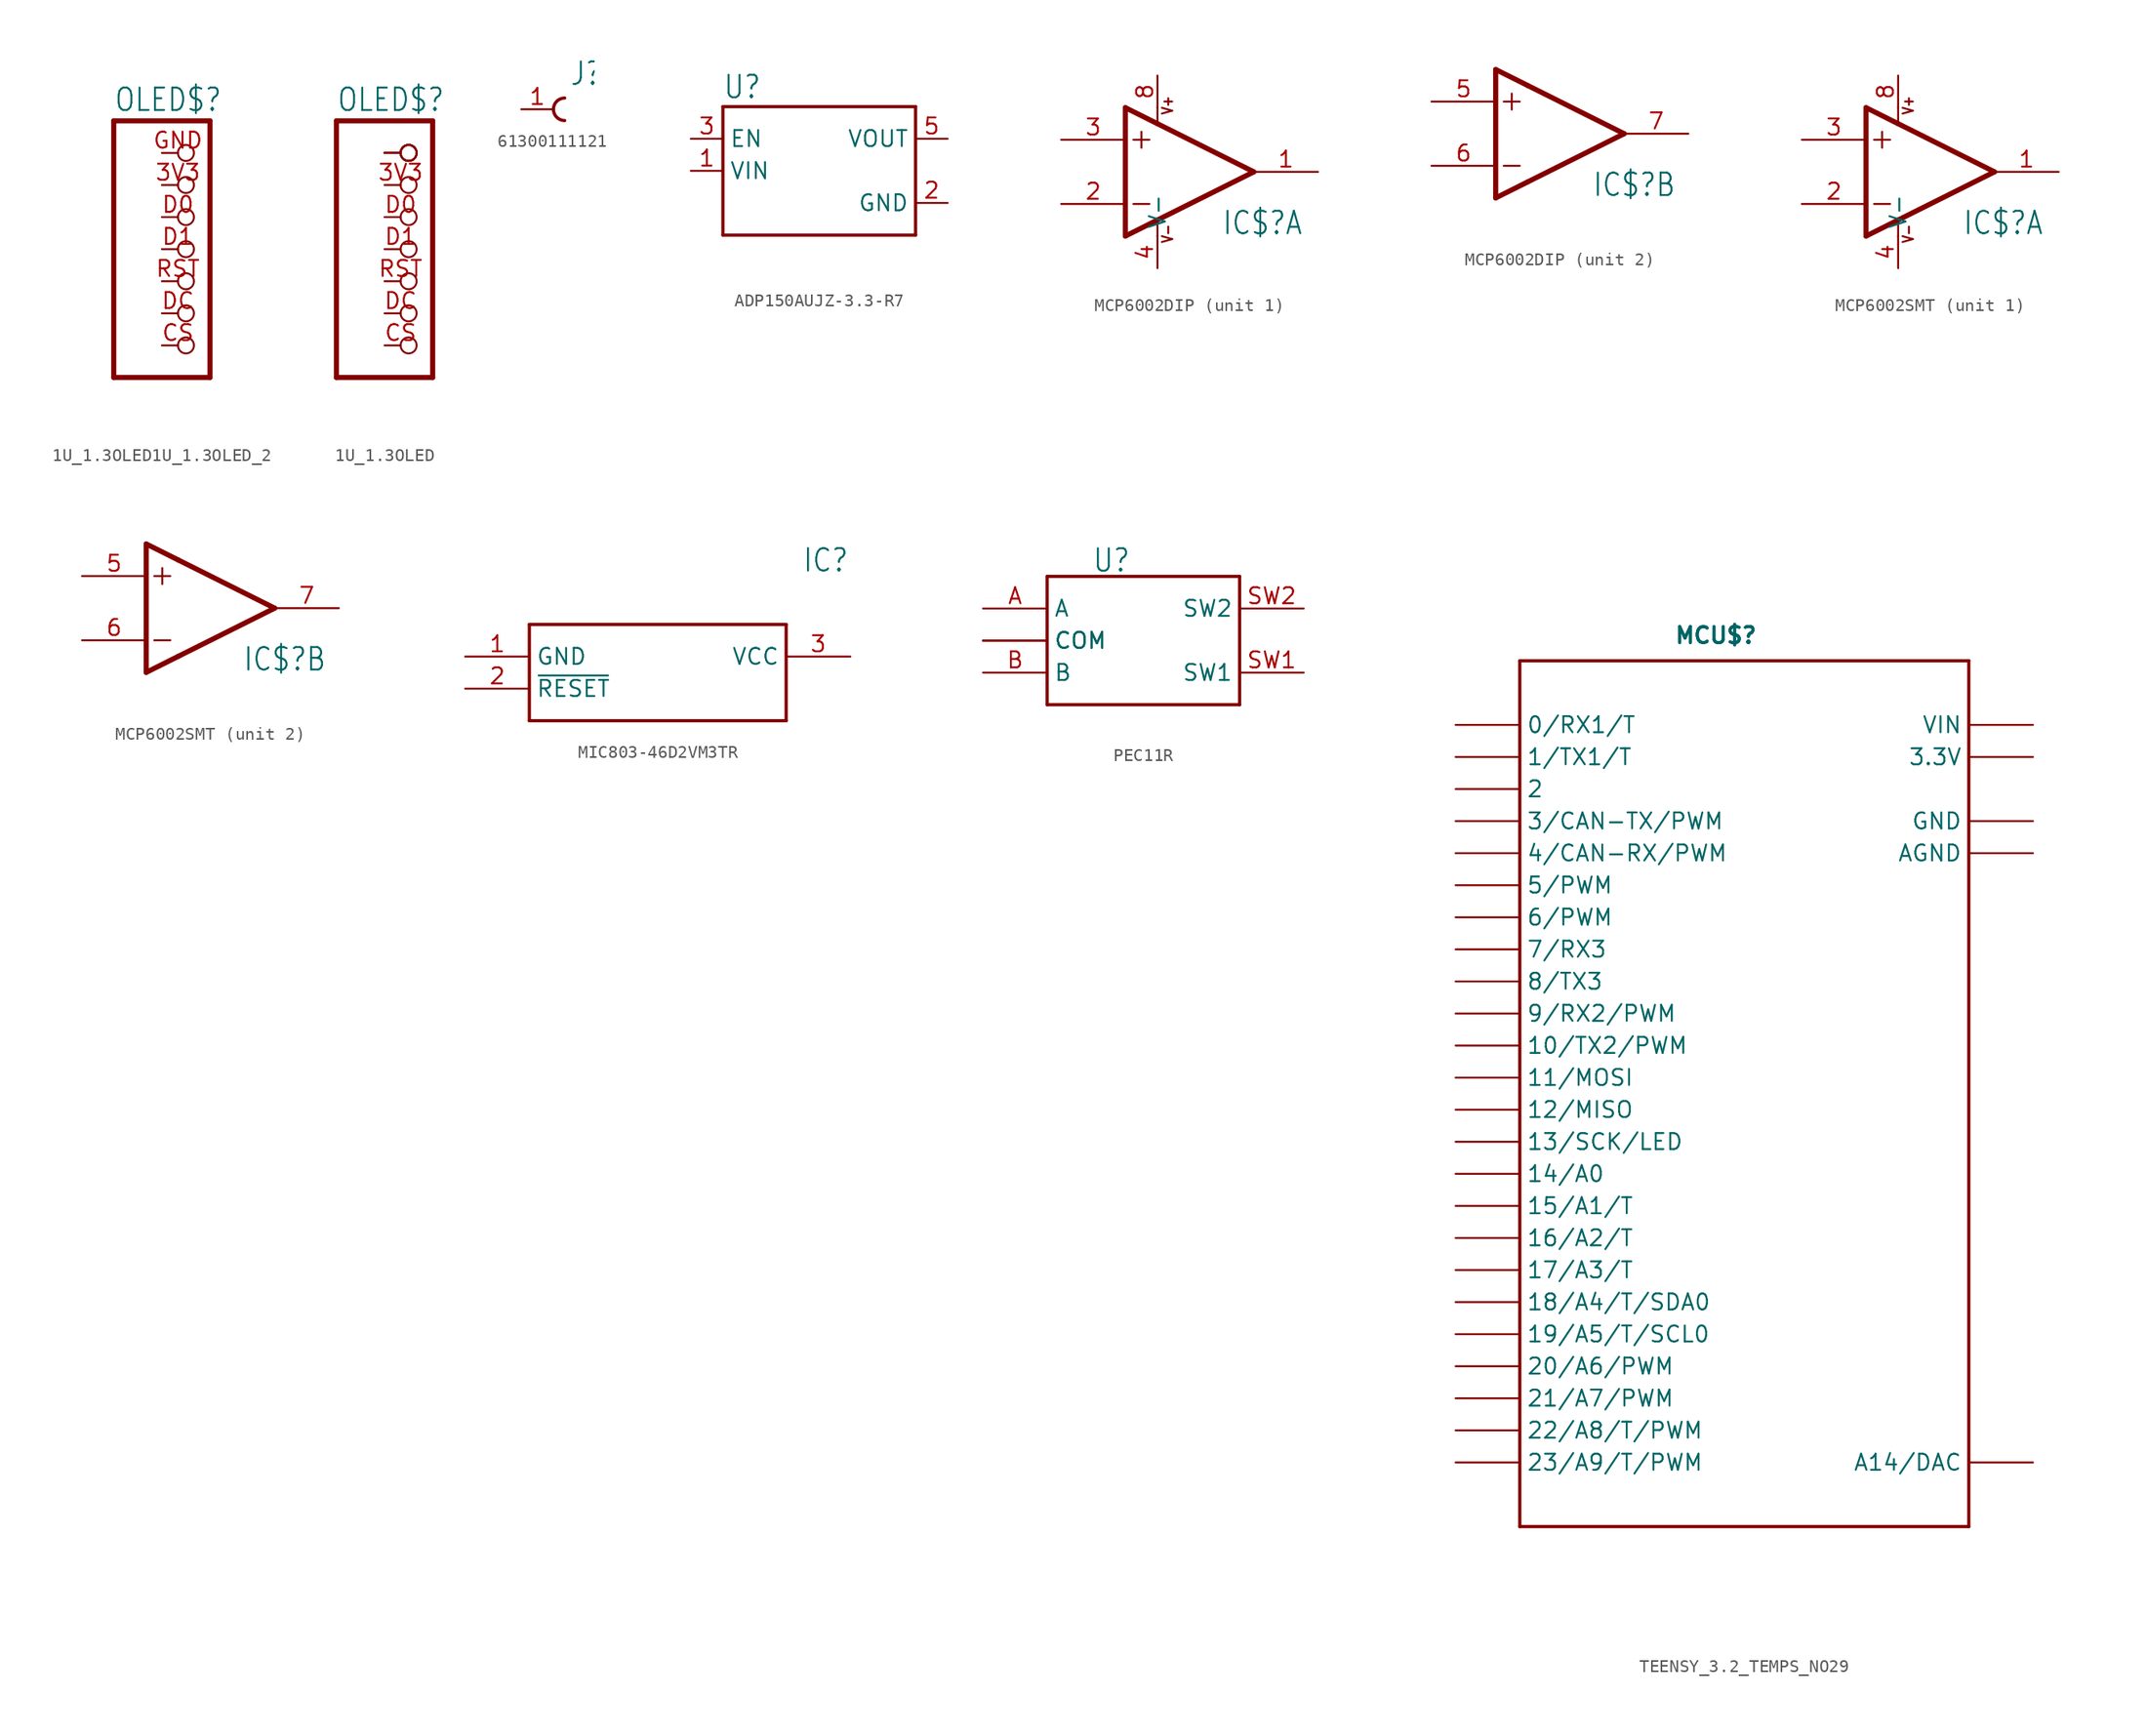
<source format=kicad_sym>
(kicad_symbol_lib
  (version 20231120)
  (generator "kicad_symbol_editor")
  (generator_version "8.0")
  (symbol "1U_1.3OLED1U_1.3OLED_2"
    (property "Reference" "OLED$"
      (at -3.81 10.795 0)
      (effects (font (size 1.778 1.511)) (justify left bottom)))
    (property "Value" ""
      (at -3.81 -12.7 0)
      (effects (font (size 1.778 1.511)) (justify left bottom)))
    (property "ki_locked" ""
      (at 0 0 0)
      (effects (font (size 1.27 1.27))))
    (symbol "1U_1.3OLED1U_1.3OLED_2_1_0"
      (polyline (pts (xy -3.81 -10.16) (xy 3.81 -10.16)) (stroke (width 0.406) (type solid)) (fill (type none)))
      (polyline (pts (xy -3.81 10.16) (xy -3.81 -10.16)) (stroke (width 0.406) (type solid)) (fill (type none)))
      (polyline (pts (xy 3.81 -10.16) (xy 3.81 10.16)) (stroke (width 0.406) (type solid)) (fill (type none)))
      (polyline (pts (xy 3.81 10.16) (xy -3.81 10.16)) (stroke (width 0.406) (type solid)) (fill (type none)))
      (pin passive inverted (at 0 5.08 0) (length 2.54) (name "3V3" (effects (font (size 0 0)))) (number "3V3" (effects (font (size 1.27 1.27)))))
      (pin passive inverted (at 0 -7.62 0) (length 2.54) (name "CS" (effects (font (size 0 0)))) (number "CS" (effects (font (size 1.27 1.27)))))
      (pin passive inverted (at 0 2.54 0) (length 2.54) (name "D0" (effects (font (size 0 0)))) (number "D0" (effects (font (size 1.27 1.27)))))
      (pin passive inverted (at 0 0 0) (length 2.54) (name "D1" (effects (font (size 0 0)))) (number "D1" (effects (font (size 1.27 1.27)))))
      (pin passive inverted (at 0 -5.08 0) (length 2.54) (name "DC" (effects (font (size 0 0)))) (number "DC" (effects (font (size 1.27 1.27)))))
      (pin passive inverted (at 0 7.62 0) (length 2.54) (name "GND" (effects (font (size 0 0)))) (number "GND" (effects (font (size 1.27 1.27)))))
      (pin passive inverted (at 0 -2.54 0) (length 2.54) (name "RST" (effects (font (size 0 0)))) (number "RST" (effects (font (size 1.27 1.27)))))))
  (symbol "1U_1.3OLED"
    (property "Reference" "OLED$"
      (at -3.81 10.795 0)
      (effects (font (size 1.778 1.511)) (justify left bottom)))
    (property "Value" ""
      (at -3.81 -12.7 0)
      (effects (font (size 1.778 1.511)) (justify left bottom)))
    (property "ki_locked" ""
      (at 0 0 0)
      (effects (font (size 1.27 1.27))))
    (symbol "1U_1.3OLED_1_0"
      (polyline (pts (xy -3.81 -10.16) (xy 3.81 -10.16)) (stroke (width 0.406) (type solid)) (fill (type none)))
      (polyline (pts (xy -3.81 10.16) (xy -3.81 -10.16)) (stroke (width 0.406) (type solid)) (fill (type none)))
      (polyline (pts (xy 3.81 -10.16) (xy 3.81 10.16)) (stroke (width 0.406) (type solid)) (fill (type none)))
      (polyline (pts (xy 3.81 10.16) (xy -3.81 10.16)) (stroke (width 0.406) (type solid)) (fill (type none)))
      (pin passive inverted (at 0 5.08 0) (length 2.54) (name "3V3" (effects (font (size 0 0)))) (number "3V3" (effects (font (size 1.27 1.27)))))
      (pin passive inverted (at 0 -7.62 0) (length 2.54) (name "CS" (effects (font (size 0 0)))) (number "CS" (effects (font (size 1.27 1.27)))))
      (pin passive inverted (at 0 2.54 0) (length 2.54) (name "D0" (effects (font (size 0 0)))) (number "D0" (effects (font (size 1.27 1.27)))))
      (pin passive inverted (at 0 0 0) (length 2.54) (name "D1" (effects (font (size 0 0)))) (number "D1" (effects (font (size 1.27 1.27)))))
      (pin passive inverted (at 0 -5.08 0) (length 2.54) (name "DC" (effects (font (size 0 0)))) (number "DC" (effects (font (size 1.27 1.27)))))
      (pin passive inverted (at 0 7.62 0) (length 2.54) (name "GND" (effects (font (size 0 0)))) (number "GND" (effects (font (size 0 0)))))
      (pin passive inverted (at 0 7.62 0) (length 2.54) (name "GND" (effects (font (size 0 0)))) (number "P$1" (effects (font (size 0 0)))))
      (pin passive inverted (at 0 7.62 0) (length 2.54) (name "GND" (effects (font (size 0 0)))) (number "P$2" (effects (font (size 0 0)))))
      (pin passive inverted (at 0 7.62 0) (length 2.54) (name "GND" (effects (font (size 0 0)))) (number "P$3" (effects (font (size 0 0)))))
      (pin passive inverted (at 0 7.62 0) (length 2.54) (name "GND" (effects (font (size 0 0)))) (number "P$4" (effects (font (size 0 0)))))
      (pin passive inverted (at 0 -2.54 0) (length 2.54) (name "RST" (effects (font (size 0 0)))) (number "RST" (effects (font (size 1.27 1.27)))))))
  (symbol "61300111121"
    (property "Reference" "J"
      (at 1.27 1.778 0)
      (effects (font (size 1.778 1.511)) (justify left bottom)))
    (property "Value" ""
      (at 1.54 -0.46 0)
      (effects (font (size 1.778 1.511)) (justify left bottom)))
    (property "ki_locked" ""
      (at 0 0 0)
      (effects (font (size 1.27 1.27))))
    (symbol "61300111121_1_0"
      (arc (start 0.889 0.889) (mid 0 0) (end 0.889 -0.889) (stroke (width 0.254) (type solid)) (fill (type none)))
      (pin passive line (at -2.54 0 0) (length 2.54) (name "1" (effects (font (size 0 0)))) (number "1" (effects (font (size 1.27 1.27)))))))
  (symbol "ADP150AUJZ-3.3-R7"
    (property "Reference" "U"
      (at -7.633 5.598 0)
      (effects (font (size 1.781 1.514)) (justify left bottom)))
    (property "Value" ""
      (at -7.631 -7.631 0)
      (effects (font (size 1.78 1.513)) (justify left bottom)))
    (property "ki_locked" ""
      (at 0 0 0)
      (effects (font (size 1.27 1.27))))
    (symbol "ADP150AUJZ-3.3-R7_1_0"
      (polyline (pts (xy -7.62 -5.08) (xy 7.62 -5.08)) (stroke (width 0.254) (type solid)) (fill (type none)))
      (polyline (pts (xy -7.62 5.08) (xy -7.62 -5.08)) (stroke (width 0.254) (type solid)) (fill (type none)))
      (polyline (pts (xy 7.62 -5.08) (xy 7.62 5.08)) (stroke (width 0.254) (type solid)) (fill (type none)))
      (polyline (pts (xy 7.62 5.08) (xy -7.62 5.08)) (stroke (width 0.254) (type solid)) (fill (type none)))
      (pin input line (at -10.16 0 0) (length 2.54) (name "VIN" (effects (font (size 1.27 1.27)))) (number "1" (effects (font (size 1.27 1.27)))))
      (pin power_in line (at 10.16 -2.54 180) (length 2.54) (name "GND" (effects (font (size 1.27 1.27)))) (number "2" (effects (font (size 1.27 1.27)))))
      (pin input line (at -10.16 2.54 0) (length 2.54) (name "EN" (effects (font (size 1.27 1.27)))) (number "3" (effects (font (size 1.27 1.27)))))
      (pin output line (at 10.16 2.54 180) (length 2.54) (name "VOUT" (effects (font (size 1.27 1.27)))) (number "5" (effects (font (size 1.27 1.27)))))))
  (symbol "MCP6002DIP"
    (property "Reference" "IC$"
      (at 5.08 -5.08 0)
      (effects (font (size 1.778 1.511)) (justify left bottom)))
    (property "Value" ""
      (at 5.08 -7.62 0)
      (effects (font (size 1.778 1.511)) (justify left bottom)))
    (property "ki_locked" ""
      (at 0 0 0)
      (effects (font (size 1.27 1.27))))
    (symbol "MCP6002DIP_1_0"
      (polyline (pts (xy -2.54 -5.08) (xy 0 -3.81)) (stroke (width 0.406) (type solid)) (fill (type none)))
      (polyline (pts (xy -2.54 5.08) (xy -2.54 -5.08)) (stroke (width 0.406) (type solid)) (fill (type none)))
      (polyline (pts (xy -1.905 -2.54) (xy -0.635 -2.54)) (stroke (width 0.152) (type solid)) (fill (type none)))
      (polyline (pts (xy -1.905 2.54) (xy -0.635 2.54)) (stroke (width 0.152) (type solid)) (fill (type none)))
      (polyline (pts (xy -1.27 3.175) (xy -1.27 1.905)) (stroke (width 0.152) (type solid)) (fill (type none)))
      (polyline (pts (xy 0 -3.81) (xy 0 -5.08)) (stroke (width 0.152) (type solid)) (fill (type none)))
      (polyline (pts (xy 0 -3.81) (xy 7.62 0)) (stroke (width 0.406) (type solid)) (fill (type none)))
      (polyline (pts (xy 0 3.81) (xy -2.54 5.08)) (stroke (width 0.406) (type solid)) (fill (type none)))
      (polyline (pts (xy 0 3.81) (xy 0 5.08)) (stroke (width 0.152) (type solid)) (fill (type none)))
      (polyline (pts (xy 7.62 0) (xy 0 3.81)) (stroke (width 0.406) (type solid)) (fill (type none)))
      (text "V+" (at 1.27 4.445 900) (effects (font (size 0.813 0.691)) (justify left bottom)))
      (text "V-" (at 1.27 -5.715 900) (effects (font (size 0.813 0.691)) (justify left bottom)))
      (pin output line (at 12.7 0 180) (length 5.08) (name "OUT" (effects (font (size 0 0)))) (number "1" (effects (font (size 1.27 1.27)))))
      (pin input line (at -7.62 -2.54 0) (length 5.08) (name "-IN" (effects (font (size 0 0)))) (number "2" (effects (font (size 1.27 1.27)))))
      (pin input line (at -7.62 2.54 0) (length 5.08) (name "+IN" (effects (font (size 0 0)))) (number "3" (effects (font (size 1.27 1.27)))))
      (pin power_in line (at 0 -7.62 90) (length 2.54) (name "V-" (effects (font (size 1.27 1.27)))) (number "4" (effects (font (size 1.27 1.27)))))
      (pin power_in line (at 0 7.62 270) (length 2.54) (name "V+" (effects (font (size 0 0)))) (number "8" (effects (font (size 1.27 1.27))))))
    (symbol "MCP6002DIP_2_0"
      (polyline (pts (xy -2.54 -5.08) (xy 0 -3.81)) (stroke (width 0.406) (type solid)) (fill (type none)))
      (polyline (pts (xy -2.54 5.08) (xy -2.54 -5.08)) (stroke (width 0.406) (type solid)) (fill (type none)))
      (polyline (pts (xy -1.905 -2.54) (xy -0.635 -2.54)) (stroke (width 0.152) (type solid)) (fill (type none)))
      (polyline (pts (xy -1.905 2.54) (xy -0.635 2.54)) (stroke (width 0.152) (type solid)) (fill (type none)))
      (polyline (pts (xy -1.27 3.175) (xy -1.27 1.905)) (stroke (width 0.152) (type solid)) (fill (type none)))
      (polyline (pts (xy 0 -3.81) (xy 7.62 0)) (stroke (width 0.406) (type solid)) (fill (type none)))
      (polyline (pts (xy 0 3.81) (xy -2.54 5.08)) (stroke (width 0.406) (type solid)) (fill (type none)))
      (polyline (pts (xy 7.62 0) (xy 0 3.81)) (stroke (width 0.406) (type solid)) (fill (type none)))
      (pin input line (at -7.62 2.54 0) (length 5.08) (name "+IN" (effects (font (size 0 0)))) (number "5" (effects (font (size 1.27 1.27)))))
      (pin input line (at -7.62 -2.54 0) (length 5.08) (name "-IN" (effects (font (size 0 0)))) (number "6" (effects (font (size 1.27 1.27)))))
      (pin output line (at 12.7 0 180) (length 5.08) (name "OUT" (effects (font (size 0 0)))) (number "7" (effects (font (size 1.27 1.27)))))))
  (symbol "MCP6002SMT"
    (property "Reference" "IC$"
      (at 5.08 -5.08 0)
      (effects (font (size 1.778 1.511)) (justify left bottom)))
    (property "Value" ""
      (at 5.08 -7.62 0)
      (effects (font (size 1.778 1.511)) (justify left bottom)))
    (property "ki_locked" ""
      (at 0 0 0)
      (effects (font (size 1.27 1.27))))
    (symbol "MCP6002SMT_1_0"
      (polyline (pts (xy -2.54 -5.08) (xy 0 -3.81)) (stroke (width 0.406) (type solid)) (fill (type none)))
      (polyline (pts (xy -2.54 5.08) (xy -2.54 -5.08)) (stroke (width 0.406) (type solid)) (fill (type none)))
      (polyline (pts (xy -1.905 -2.54) (xy -0.635 -2.54)) (stroke (width 0.152) (type solid)) (fill (type none)))
      (polyline (pts (xy -1.905 2.54) (xy -0.635 2.54)) (stroke (width 0.152) (type solid)) (fill (type none)))
      (polyline (pts (xy -1.27 3.175) (xy -1.27 1.905)) (stroke (width 0.152) (type solid)) (fill (type none)))
      (polyline (pts (xy 0 -3.81) (xy 0 -5.08)) (stroke (width 0.152) (type solid)) (fill (type none)))
      (polyline (pts (xy 0 -3.81) (xy 7.62 0)) (stroke (width 0.406) (type solid)) (fill (type none)))
      (polyline (pts (xy 0 3.81) (xy -2.54 5.08)) (stroke (width 0.406) (type solid)) (fill (type none)))
      (polyline (pts (xy 0 3.81) (xy 0 5.08)) (stroke (width 0.152) (type solid)) (fill (type none)))
      (polyline (pts (xy 7.62 0) (xy 0 3.81)) (stroke (width 0.406) (type solid)) (fill (type none)))
      (text "V+" (at 1.27 4.445 900) (effects (font (size 0.813 0.691)) (justify left bottom)))
      (text "V-" (at 1.27 -5.715 900) (effects (font (size 0.813 0.691)) (justify left bottom)))
      (pin output line (at 12.7 0 180) (length 5.08) (name "OUT" (effects (font (size 0 0)))) (number "1" (effects (font (size 1.27 1.27)))))
      (pin input line (at -7.62 -2.54 0) (length 5.08) (name "-IN" (effects (font (size 0 0)))) (number "2" (effects (font (size 1.27 1.27)))))
      (pin input line (at -7.62 2.54 0) (length 5.08) (name "+IN" (effects (font (size 0 0)))) (number "3" (effects (font (size 1.27 1.27)))))
      (pin power_in line (at 0 -7.62 90) (length 2.54) (name "V-" (effects (font (size 1.27 1.27)))) (number "4" (effects (font (size 1.27 1.27)))))
      (pin power_in line (at 0 7.62 270) (length 2.54) (name "V+" (effects (font (size 0 0)))) (number "8" (effects (font (size 1.27 1.27))))))
    (symbol "MCP6002SMT_2_0"
      (polyline (pts (xy -2.54 -5.08) (xy 0 -3.81)) (stroke (width 0.406) (type solid)) (fill (type none)))
      (polyline (pts (xy -2.54 5.08) (xy -2.54 -5.08)) (stroke (width 0.406) (type solid)) (fill (type none)))
      (polyline (pts (xy -1.905 -2.54) (xy -0.635 -2.54)) (stroke (width 0.152) (type solid)) (fill (type none)))
      (polyline (pts (xy -1.905 2.54) (xy -0.635 2.54)) (stroke (width 0.152) (type solid)) (fill (type none)))
      (polyline (pts (xy -1.27 3.175) (xy -1.27 1.905)) (stroke (width 0.152) (type solid)) (fill (type none)))
      (polyline (pts (xy 0 -3.81) (xy 7.62 0)) (stroke (width 0.406) (type solid)) (fill (type none)))
      (polyline (pts (xy 0 3.81) (xy -2.54 5.08)) (stroke (width 0.406) (type solid)) (fill (type none)))
      (polyline (pts (xy 7.62 0) (xy 0 3.81)) (stroke (width 0.406) (type solid)) (fill (type none)))
      (pin input line (at -7.62 2.54 0) (length 5.08) (name "+IN" (effects (font (size 0 0)))) (number "5" (effects (font (size 1.27 1.27)))))
      (pin input line (at -7.62 -2.54 0) (length 5.08) (name "-IN" (effects (font (size 0 0)))) (number "6" (effects (font (size 1.27 1.27)))))
      (pin output line (at 12.7 0 180) (length 5.08) (name "OUT" (effects (font (size 0 0)))) (number "7" (effects (font (size 1.27 1.27)))))))
  (symbol "MIC803-46D2VM3TR"
    (property "Reference" "IC"
      (at 26.67 7.62 0)
      (effects (font (size 1.778 1.511)) (justify left)))
    (property "Value" ""
      (at 26.67 5.08 0)
      (effects (font (size 1.778 1.511)) (justify left)))
    (property "ki_locked" ""
      (at 0 0 0)
      (effects (font (size 1.27 1.27))))
    (symbol "MIC803-46D2VM3TR_1_0"
      (polyline (pts (xy 5.08 2.54) (xy 5.08 -5.08)) (stroke (width 0.254) (type solid)) (fill (type none)))
      (polyline (pts (xy 5.08 2.54) (xy 25.4 2.54)) (stroke (width 0.254) (type solid)) (fill (type none)))
      (polyline (pts (xy 25.4 -5.08) (xy 5.08 -5.08)) (stroke (width 0.254) (type solid)) (fill (type none)))
      (polyline (pts (xy 25.4 -5.08) (xy 25.4 2.54)) (stroke (width 0.254) (type solid)) (fill (type none)))
      (pin bidirectional line (at 0 0 0) (length 5.08) (name "GND" (effects (font (size 1.27 1.27)))) (number "1" (effects (font (size 1.27 1.27)))))
      (pin bidirectional line (at 0 -2.54 0) (length 5.08) (name "~{RESET}" (effects (font (size 1.27 1.27)))) (number "2" (effects (font (size 1.27 1.27)))))
      (pin bidirectional line (at 30.48 0 180) (length 5.08) (name "VCC" (effects (font (size 1.27 1.27)))) (number "3" (effects (font (size 1.27 1.27)))))))
  (symbol "PEC11R"
    (property "Reference" "U"
      (at 8.636 3.81 0)
      (effects (font (size 1.778 1.511)) (justify left)))
    (property "Value" ""
      (at 7.874 -8.89 0)
      (effects (font (size 1.778 1.511)) (justify left)))
    (property "ki_locked" ""
      (at 0 0 0)
      (effects (font (size 1.27 1.27))))
    (symbol "PEC11R_1_0"
      (polyline (pts (xy 5.08 2.54) (xy 5.08 -7.62)) (stroke (width 0.254) (type solid)) (fill (type none)))
      (polyline (pts (xy 5.08 2.54) (xy 20.32 2.54)) (stroke (width 0.254) (type solid)) (fill (type none)))
      (polyline (pts (xy 20.32 -7.62) (xy 5.08 -7.62)) (stroke (width 0.254) (type solid)) (fill (type none)))
      (polyline (pts (xy 20.32 -7.62) (xy 20.32 2.54)) (stroke (width 0.254) (type solid)) (fill (type none)))
      (pin bidirectional line (at 0 0 0) (length 5.08) (name "A" (effects (font (size 1.27 1.27)))) (number "A" (effects (font (size 1.27 1.27)))))
      (pin bidirectional line (at 0 -5.08 0) (length 5.08) (name "B" (effects (font (size 1.27 1.27)))) (number "B" (effects (font (size 1.27 1.27)))))
      (pin bidirectional line (at 0 -2.54 0) (length 5.08) (name "COM" (effects (font (size 1.27 1.27)))) (number "C" (effects (font (size 0 0)))))
      (pin bidirectional line (at 0 -2.54 0) (length 5.08) (name "COM" (effects (font (size 1.27 1.27)))) (number "SH1" (effects (font (size 0 0)))))
      (pin bidirectional line (at 0 -2.54 0) (length 5.08) (name "COM" (effects (font (size 1.27 1.27)))) (number "SH2" (effects (font (size 0 0)))))
      (pin bidirectional line (at 25.4 -5.08 180) (length 5.08) (name "SW1" (effects (font (size 1.27 1.27)))) (number "SW1" (effects (font (size 1.27 1.27)))))
      (pin bidirectional line (at 25.4 0 180) (length 5.08) (name "SW2" (effects (font (size 1.27 1.27)))) (number "SW2" (effects (font (size 1.27 1.27)))))))
  (symbol "TEENSY_3.2_TEMPS_NO29"
    (property "Reference" "MCU$"
      (at -5.588 34.29 0)
      (effects (font (size 1.27 1.27) (thickness 0.254) (bold yes)) (justify left bottom)))
    (property "Value" ""
      (at -2.794 -38.1 0)
      (effects (font (size 1.27 1.27) (thickness 0.254) (bold yes)) (justify left bottom)))
    (property "ki_locked" ""
      (at 0 0 0)
      (effects (font (size 1.27 1.27))))
    (symbol "TEENSY_3.2_TEMPS_NO29_1_0"
      (polyline (pts (xy -17.78 -35.56) (xy 17.78 -35.56)) (stroke (width 0.254) (type solid)) (fill (type none)))
      (polyline (pts (xy -17.78 33.02) (xy -17.78 -35.56)) (stroke (width 0.254) (type solid)) (fill (type none)))
      (polyline (pts (xy 17.78 -35.56) (xy 17.78 33.02)) (stroke (width 0.254) (type solid)) (fill (type none)))
      (polyline (pts (xy 17.78 33.02) (xy -17.78 33.02)) (stroke (width 0.254) (type solid)) (fill (type none)))
      (pin bidirectional line (at -22.86 27.94 0) (length 5.08) (name "0/RX1/T" (effects (font (size 1.27 1.27)))) (number "0" (effects (font (size 0 0)))))
      (pin bidirectional line (at -22.86 25.4 0) (length 5.08) (name "1/TX1/T" (effects (font (size 1.27 1.27)))) (number "1" (effects (font (size 0 0)))))
      (pin bidirectional line (at -22.86 2.54 0) (length 5.08) (name "10/TX2/PWM" (effects (font (size 1.27 1.27)))) (number "10" (effects (font (size 0 0)))))
      (pin bidirectional line (at -22.86 0 0) (length 5.08) (name "11/MOSI" (effects (font (size 1.27 1.27)))) (number "11" (effects (font (size 0 0)))))
      (pin bidirectional line (at -22.86 -2.54 0) (length 5.08) (name "12/MISO" (effects (font (size 1.27 1.27)))) (number "12" (effects (font (size 0 0)))))
      (pin bidirectional line (at -22.86 -5.08 0) (length 5.08) (name "13/SCK/LED" (effects (font (size 1.27 1.27)))) (number "13" (effects (font (size 0 0)))))
      (pin bidirectional line (at -22.86 -7.62 0) (length 5.08) (name "14/A0" (effects (font (size 1.27 1.27)))) (number "14/A0" (effects (font (size 0 0)))))
      (pin bidirectional line (at -22.86 -10.16 0) (length 5.08) (name "15/A1/T" (effects (font (size 1.27 1.27)))) (number "15/A1" (effects (font (size 0 0)))))
      (pin bidirectional line (at -22.86 -12.7 0) (length 5.08) (name "16/A2/T" (effects (font (size 1.27 1.27)))) (number "16/A2" (effects (font (size 0 0)))))
      (pin bidirectional line (at -22.86 -15.24 0) (length 5.08) (name "17/A3/T" (effects (font (size 1.27 1.27)))) (number "17/A3" (effects (font (size 0 0)))))
      (pin bidirectional line (at -22.86 -17.78 0) (length 5.08) (name "18/A4/T/SDA0" (effects (font (size 1.27 1.27)))) (number "18/A4" (effects (font (size 0 0)))))
      (pin bidirectional line (at -22.86 -20.32 0) (length 5.08) (name "19/A5/T/SCL0" (effects (font (size 1.27 1.27)))) (number "19/A5" (effects (font (size 0 0)))))
      (pin bidirectional line (at -22.86 22.86 0) (length 5.08) (name "2" (effects (font (size 1.27 1.27)))) (number "2" (effects (font (size 0 0)))))
      (pin bidirectional line (at -22.86 -22.86 0) (length 5.08) (name "20/A6/PWM" (effects (font (size 1.27 1.27)))) (number "20/A6" (effects (font (size 0 0)))))
      (pin bidirectional line (at -22.86 -25.4 0) (length 5.08) (name "21/A7/PWM" (effects (font (size 1.27 1.27)))) (number "21/A7" (effects (font (size 0 0)))))
      (pin bidirectional line (at -22.86 -27.94 0) (length 5.08) (name "22/A8/T/PWM" (effects (font (size 1.27 1.27)))) (number "22/A8" (effects (font (size 0 0)))))
      (pin bidirectional line (at -22.86 -30.48 0) (length 5.08) (name "23/A9/T/PWM" (effects (font (size 1.27 1.27)))) (number "23/A9" (effects (font (size 0 0)))))
      (pin bidirectional line (at -22.86 20.32 0) (length 5.08) (name "3/CAN-TX/PWM" (effects (font (size 1.27 1.27)))) (number "3" (effects (font (size 0 0)))))
      (pin power_in line (at 22.86 25.4 180) (length 5.08) (name "3.3V" (effects (font (size 1.27 1.27)))) (number "3.3V" (effects (font (size 0 0)))))
      (pin bidirectional line (at -22.86 17.78 0) (length 5.08) (name "4/CAN-RX/PWM" (effects (font (size 1.27 1.27)))) (number "4" (effects (font (size 0 0)))))
      (pin bidirectional line (at -22.86 15.24 0) (length 5.08) (name "5/PWM" (effects (font (size 1.27 1.27)))) (number "5" (effects (font (size 0 0)))))
      (pin bidirectional line (at -22.86 12.7 0) (length 5.08) (name "6/PWM" (effects (font (size 1.27 1.27)))) (number "6" (effects (font (size 0 0)))))
      (pin bidirectional line (at -22.86 10.16 0) (length 5.08) (name "7/RX3" (effects (font (size 1.27 1.27)))) (number "7" (effects (font (size 0 0)))))
      (pin bidirectional line (at -22.86 7.62 0) (length 5.08) (name "8/TX3" (effects (font (size 1.27 1.27)))) (number "8" (effects (font (size 0 0)))))
      (pin bidirectional line (at -22.86 5.08 0) (length 5.08) (name "9/RX2/PWM" (effects (font (size 1.27 1.27)))) (number "9" (effects (font (size 0 0)))))
      (pin power_in line (at 22.86 17.78 180) (length 5.08) (name "AGND" (effects (font (size 1.27 1.27)))) (number "AGND" (effects (font (size 0 0)))))
      (pin power_in line (at 22.86 20.32 180) (length 5.08) (name "GND" (effects (font (size 1.27 1.27)))) (number "GND" (effects (font (size 0 0)))))
      (pin bidirectional line (at 22.86 -30.48 180) (length 5.08) (name "A14/DAC" (effects (font (size 1.27 1.27)))) (number "RESET/DAC" (effects (font (size 0 0)))))
      (pin power_in line (at 22.86 27.94 180) (length 5.08) (name "VIN" (effects (font (size 1.27 1.27)))) (number "VIN" (effects (font (size 0 0))))))))
</source>
